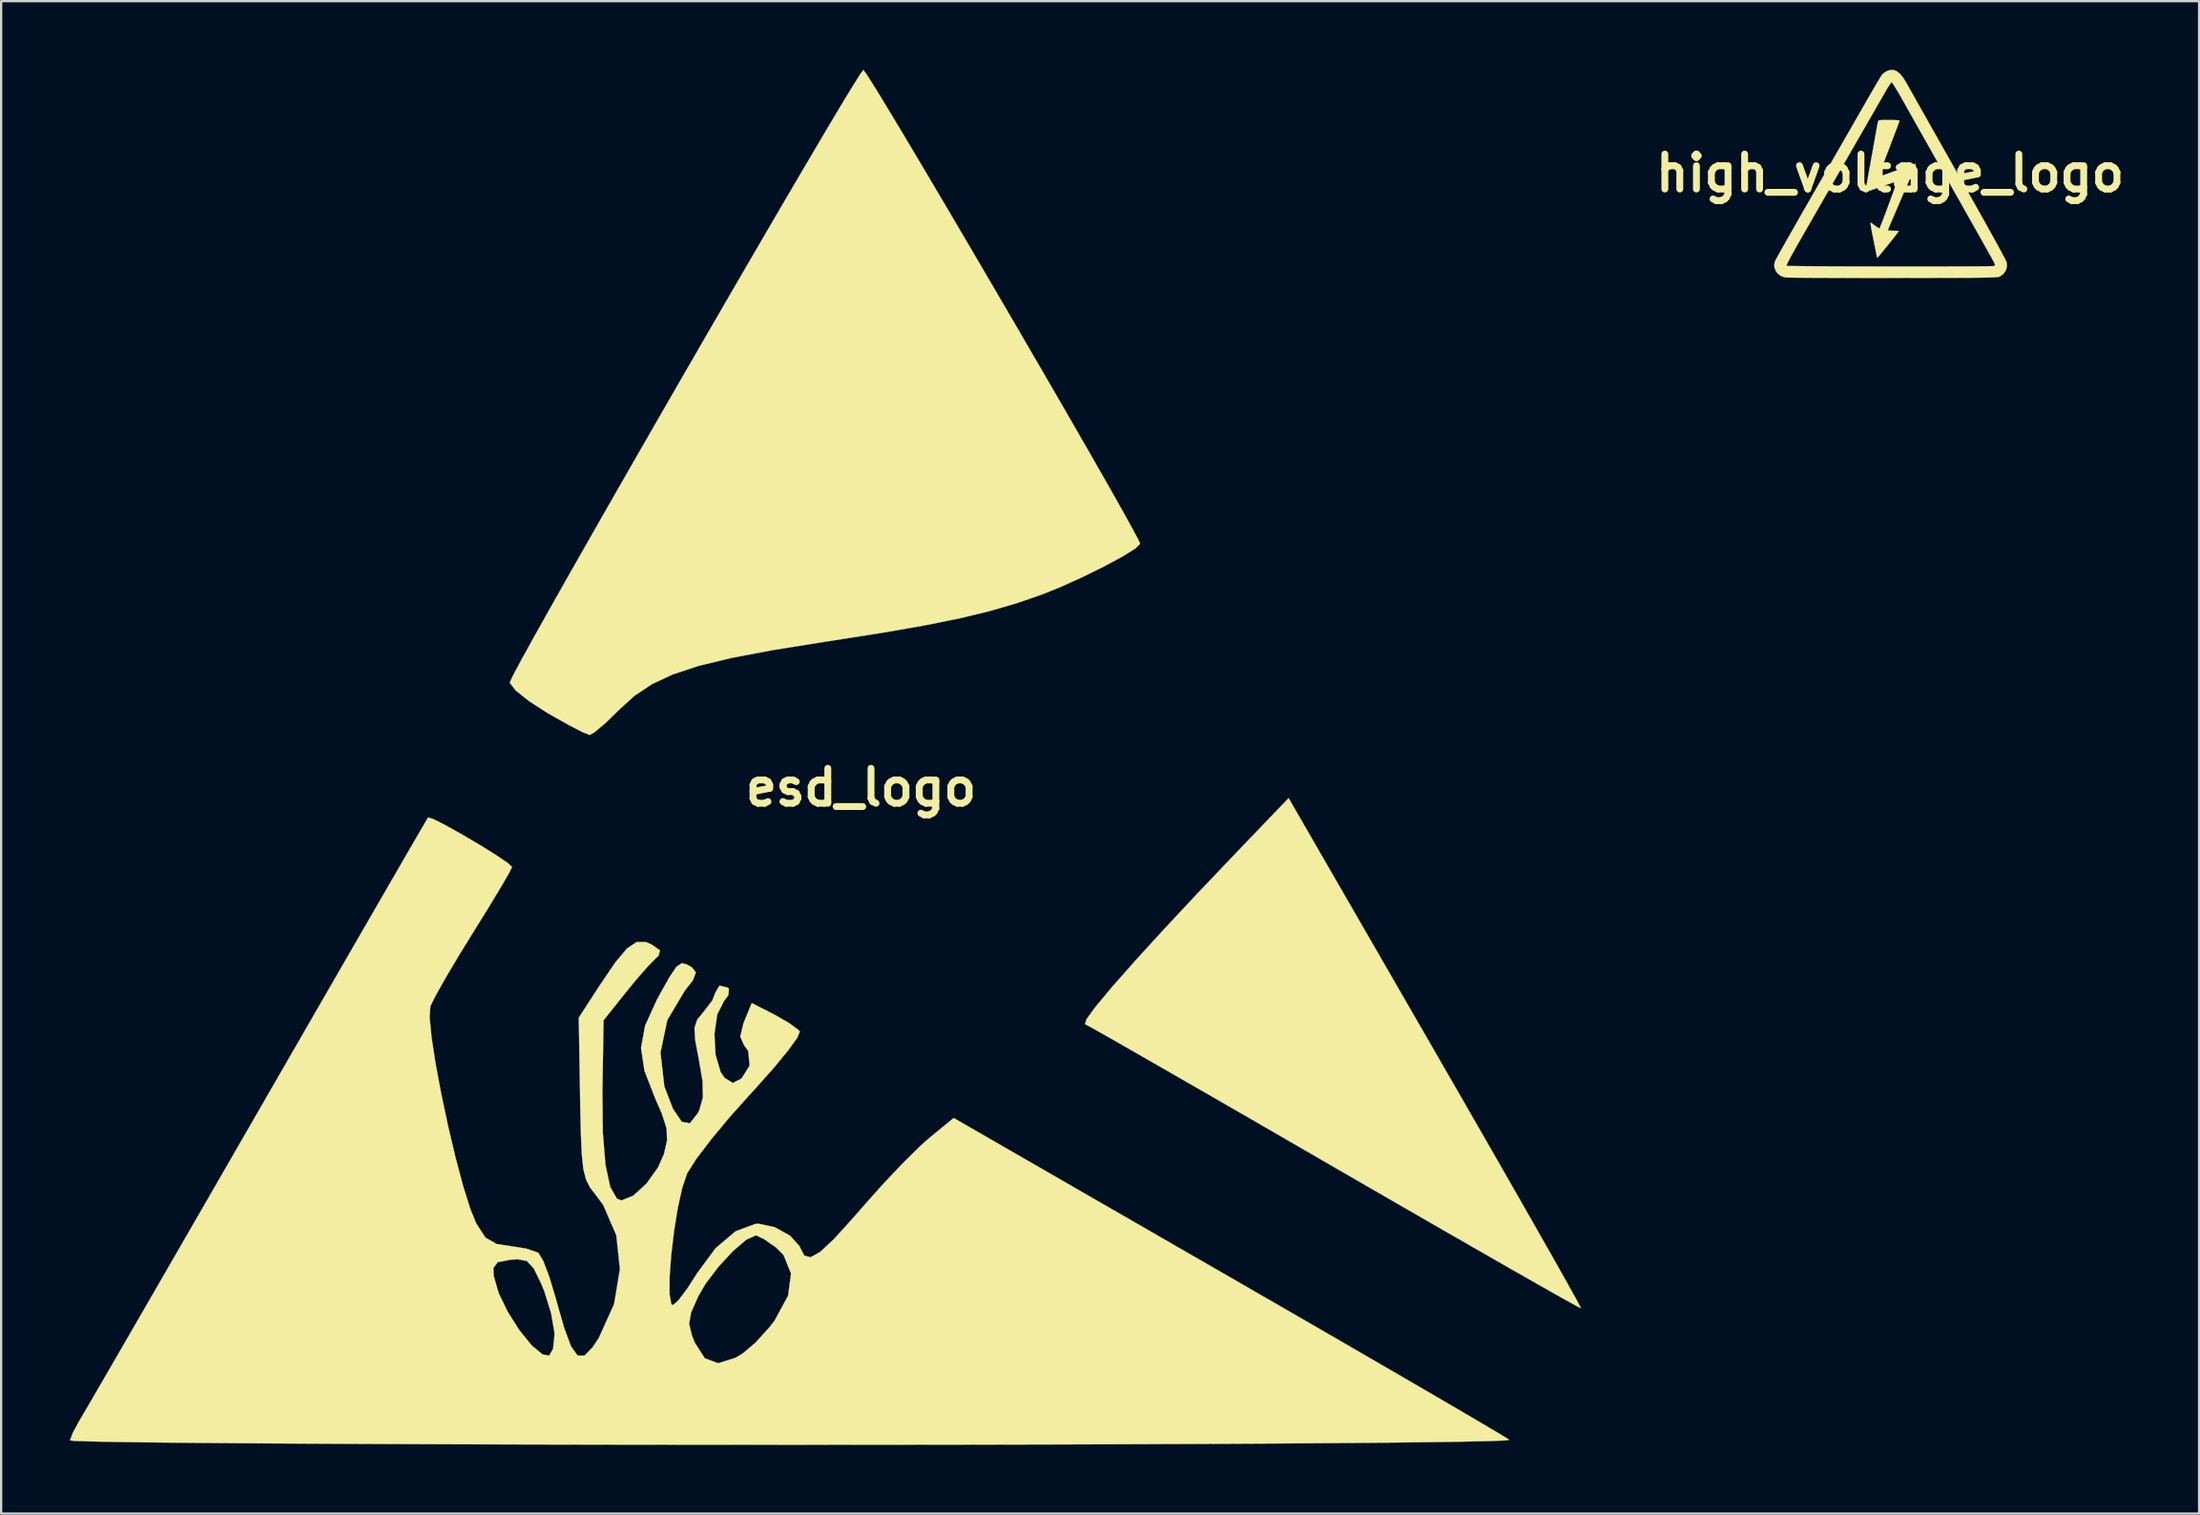
<source format=kicad_pcb>
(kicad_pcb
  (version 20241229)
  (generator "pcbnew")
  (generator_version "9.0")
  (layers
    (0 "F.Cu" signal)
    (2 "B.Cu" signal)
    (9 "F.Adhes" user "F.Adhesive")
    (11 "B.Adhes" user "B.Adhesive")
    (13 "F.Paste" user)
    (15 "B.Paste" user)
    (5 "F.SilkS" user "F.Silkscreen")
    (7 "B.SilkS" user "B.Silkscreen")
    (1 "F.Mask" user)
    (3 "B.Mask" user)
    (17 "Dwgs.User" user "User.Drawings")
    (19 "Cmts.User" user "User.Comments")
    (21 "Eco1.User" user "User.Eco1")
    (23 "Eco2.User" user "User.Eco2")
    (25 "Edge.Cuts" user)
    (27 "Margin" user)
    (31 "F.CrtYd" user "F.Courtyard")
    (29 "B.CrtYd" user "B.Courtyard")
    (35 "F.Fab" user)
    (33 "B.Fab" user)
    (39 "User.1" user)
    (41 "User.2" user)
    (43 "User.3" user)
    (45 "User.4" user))
  (footprint "esd_logo"
    (layer "F.Cu")
    (at 34.548 31.334)
    (property "Reference" "esd_logo" (at 0 0 0) (layer "F.SilkS") (effects (font (size 1.524 1.524) (thickness 0.3))))
    (attr through_hole)
    (fp_poly (pts (xy 25.082 11.579) (xy 26.33 13.745) (xy 27.495 15.773) (xy 28.554 17.622) (xy 29.483 19.25) (xy 30.259 20.615) (xy 30.857 21.677) (xy 31.254 22.393) (xy 31.427 22.721) (xy 31.432 22.738) (xy 31.206 22.624) (xy 30.584 22.279) (xy 29.608 21.727) (xy 28.32 20.993) (xy 26.763 20.101) (xy 24.979 19.076) (xy 23.011 17.941) (xy 20.901 16.722) (xy 20.701 16.606) (xy 18.572 15.374) (xy 16.575 14.22) (xy 14.752 13.169) (xy 13.147 12.247) (xy 11.805 11.477) (xy 10.768 10.885) (xy 10.08 10.496) (xy 9.784 10.336) (xy 9.779 10.334) (xy 9.844 10.118) (xy 10.245 9.569) (xy 10.956 8.716) (xy 11.956 7.584) (xy 13.219 6.2) (xy 14.722 4.593) (xy 16.383 2.848) (xy 18.669 0.466) (xy 25.082 11.579)) (stroke (width 0.01) (type solid)) (fill yes) (layer "F.SilkS"))
    (fp_poly (pts (xy 0.252 -31.124) (xy 0.627 -30.531) (xy 1.193 -29.602) (xy 1.921 -28.39) (xy 2.78 -26.947) (xy 3.739 -25.325) (xy 4.768 -23.576) (xy 5.836 -21.753) (xy 6.913 -19.909) (xy 7.968 -18.094) (xy 8.971 -16.363) (xy 9.89 -14.767) (xy 10.696 -13.358) (xy 11.358 -12.188) (xy 11.845 -11.311) (xy 12.127 -10.779) (xy 12.186 -10.64) (xy 11.976 -10.432) (xy 11.41 -10.081) (xy 10.6 -9.645) (xy 9.657 -9.18) (xy 8.693 -8.745) (xy 7.874 -8.416) (xy 6.754 -8.032) (xy 5.586 -7.693) (xy 4.281 -7.379) (xy 2.749 -7.071) (xy 0.899 -6.749) (xy -1.356 -6.395) (xy -1.607 -6.357) (xy -3.85 -5.998) (xy -5.656 -5.656) (xy -7.094 -5.308) (xy -8.235 -4.931) (xy -9.146 -4.502) (xy -9.899 -3.997) (xy -10.561 -3.395) (xy -10.561 -3.395) (xy -11.164 -2.809) (xy -11.639 -2.409) (xy -11.852 -2.291) (xy -12.16 -2.414) (xy -12.778 -2.734) (xy -13.583 -3.187) (xy -13.716 -3.265) (xy -14.506 -3.775) (xy -15.08 -4.236) (xy -15.332 -4.56) (xy -15.335 -4.593) (xy -15.205 -4.874) (xy -14.848 -5.544) (xy -14.29 -6.555) (xy -13.557 -7.862) (xy -12.677 -9.418) (xy -11.676 -11.176) (xy -10.582 -13.091) (xy -9.42 -15.115) (xy -8.219 -17.202) (xy -7.004 -19.306) (xy -5.802 -21.381) (xy -4.641 -23.379) (xy -3.547 -25.254) (xy -2.547 -26.96) (xy -1.668 -28.45) (xy -0.937 -29.679) (xy -0.38 -30.598) (xy -0.024 -31.163) (xy 0.101 -31.329) (xy 0.252 -31.124)) (stroke (width 0.01) (type solid)) (fill yes) (layer "F.SilkS"))
    (fp_poly (pts (xy -18.669 1.383) (xy -18.131 1.657) (xy -17.413 2.058) (xy -16.641 2.514) (xy -15.939 2.951) (xy -15.43 3.295) (xy -15.24 3.473) (xy -15.368 3.733) (xy -15.715 4.334) (xy -16.231 5.188) (xy -16.863 6.207) (xy -16.903 6.27) (xy -17.571 7.354) (xy -18.153 8.336) (xy -18.587 9.108) (xy -18.807 9.554) (xy -18.839 10.035) (xy -18.755 10.903) (xy -18.579 12.052) (xy -18.331 13.379) (xy -18.033 14.782) (xy -17.708 16.156) (xy -17.377 17.398) (xy -17.062 18.404) (xy -16.802 19.039) (xy -16.403 19.654) (xy -15.913 19.936) (xy -15.347 20.021) (xy -14.635 20.132) (xy -14.133 20.3) (xy -14.074 20.339) (xy -13.871 20.69) (xy -13.607 21.385) (xy -13.34 22.276) (xy -13.337 22.288) (xy -12.97 23.582) (xy -12.662 24.41) (xy -12.376 24.808) (xy -12.076 24.809) (xy -11.724 24.448) (xy -11.456 24.045) (xy -11.173 23.421) (xy -7.508 23.421) (xy -7.385 23.932) (xy -7.264 24.236) (xy -6.823 24.924) (xy -6.243 25.143) (xy -5.48 24.903) (xy -5.161 24.711) (xy -4.601 24.234) (xy -3.983 23.55) (xy -3.773 23.276) (xy -3.187 22.195) (xy -3.057 21.228) (xy -3.385 20.416) (xy -3.717 20.084) (xy -4.233 19.724) (xy -4.583 19.559) (xy -4.597 19.558) (xy -5.016 19.751) (xy -5.597 20.248) (xy -6.226 20.929) (xy -6.789 21.671) (xy -7.107 22.215) (xy -7.421 22.925) (xy -7.508 23.421) (xy -11.173 23.421) (xy -10.784 22.561) (xy -10.529 21.029) (xy -10.688 19.551) (xy -11.26 18.231) (xy -11.573 17.807) (xy -11.829 17.476) (xy -12.007 17.13) (xy -12.124 16.672) (xy -12.196 16.004) (xy -12.238 15.029) (xy -12.267 13.649) (xy -12.268 13.552) (xy -12.326 10.054) (xy -11.414 8.646) (xy -10.732 7.642) (xy -10.218 7.029) (xy -9.799 6.75) (xy -9.403 6.749) (xy -9.139 6.861) (xy -8.777 7.118) (xy -8.847 7.354) (xy -8.954 7.45) (xy -9.302 7.803) (xy -9.83 8.409) (xy -10.279 8.958) (xy -11.244 10.168) (xy -11.294 13.276) (xy -11.276 15.068) (xy -11.162 16.465) (xy -10.955 17.437) (xy -10.663 17.954) (xy -10.461 18.034) (xy -9.947 17.825) (xy -9.37 17.296) (xy -8.867 16.595) (xy -8.61 16.017) (xy -8.471 15.416) (xy -8.491 14.886) (xy -8.701 14.236) (xy -8.985 13.587) (xy -9.458 12.375) (xy -9.608 11.374) (xy -9.429 10.4) (xy -8.914 9.266) (xy -8.831 9.113) (xy -8.368 8.286) (xy -8.062 7.832) (xy -7.828 7.674) (xy -7.58 7.74) (xy -7.388 7.855) (xy -7.214 8.073) (xy -7.34 8.415) (xy -7.699 8.879) (xy -8.46 10.155) (xy -8.759 11.576) (xy -8.589 13.057) (xy -8.212 14.034) (xy -7.827 14.6) (xy -7.474 14.663) (xy -7.128 14.224) (xy -7.059 14.082) (xy -6.907 13.537) (xy -6.921 12.824) (xy -7.08 11.893) (xy -7.243 11.028) (xy -7.273 10.497) (xy -7.154 10.138) (xy -6.874 9.796) (xy -6.497 9.303) (xy -6.35 8.937) (xy -6.184 8.656) (xy -5.835 8.735) (xy -5.769 8.793) (xy -5.794 9.071) (xy -5.981 9.319) (xy -6.28 9.909) (xy -6.403 10.764) (xy -6.353 11.675) (xy -6.131 12.43) (xy -5.961 12.678) (xy -5.602 12.905) (xy -5.22 12.711) (xy -4.865 12.144) (xy -4.926 11.513) (xy -5.117 11.241) (xy -5.274 10.879) (xy -5.134 10.295) (xy -5.089 10.183) (xy -4.772 9.415) (xy -3.8 9.911) (xy -3.163 10.273) (xy -2.739 10.583) (xy -2.675 10.655) (xy -2.781 10.922) (xy -3.181 11.479) (xy -3.814 12.248) (xy -4.621 13.155) (xy -4.811 13.36) (xy -5.724 14.379) (xy -6.548 15.37) (xy -7.197 16.224) (xy -7.583 16.832) (xy -7.597 16.862) (xy -7.808 17.482) (xy -8.002 18.362) (xy -8.168 19.385) (xy -8.291 20.433) (xy -8.361 21.389) (xy -8.363 22.135) (xy -8.286 22.555) (xy -8.22 22.606) (xy -7.982 22.404) (xy -7.585 21.878) (xy -7.156 21.208) (xy -6.351 20.117) (xy -5.478 19.379) (xy -4.619 19.058) (xy -4.47 19.05) (xy -3.766 19.202) (xy -3.097 19.575) (xy -2.681 20.038) (xy -2.655 20.105) (xy -2.475 20.445) (xy -2.2 20.514) (xy -1.782 20.278) (xy -1.172 19.707) (xy -0.322 18.77) (xy 0.008 18.389) (xy 0.89 17.396) (xy 1.78 16.451) (xy 2.555 15.683) (xy 2.964 15.318) (xy 4.045 14.433) (xy 16.056 21.354) (xy 18.319 22.659) (xy 20.452 23.892) (xy 22.413 25.028) (xy 24.162 26.044) (xy 25.658 26.916) (xy 26.859 27.619) (xy 27.724 28.131) (xy 28.214 28.426) (xy 28.308 28.489) (xy 28.09 28.515) (xy 27.394 28.541) (xy 26.25 28.566) (xy 24.689 28.589) (xy 22.741 28.611) (xy 20.436 28.63) (xy 17.804 28.648) (xy 14.875 28.664) (xy 11.68 28.677) (xy 8.249 28.688) (xy 4.612 28.696) (xy 0.799 28.7) (xy -2.997 28.702) (xy -6.956 28.7) (xy -10.77 28.696) (xy -14.411 28.689) (xy -17.848 28.679) (xy -21.049 28.667) (xy -23.986 28.653) (xy -26.626 28.637) (xy -28.939 28.62) (xy -30.896 28.6) (xy -32.465 28.579) (xy -33.616 28.557) (xy -34.319 28.534) (xy -34.543 28.512) (xy -34.421 28.185) (xy -34.125 27.638) (xy -34.077 27.559) (xy -33.867 27.202) (xy -33.428 26.448) (xy -32.784 25.337) (xy -31.958 23.911) (xy -30.977 22.213) (xy -30.265 20.982) (xy -16.056 20.982) (xy -16.039 21.336) (xy -15.826 22.074) (xy -15.425 22.901) (xy -14.918 23.701) (xy -14.385 24.359) (xy -13.907 24.757) (xy -13.621 24.811) (xy -13.449 24.517) (xy -13.387 23.92) (xy -13.392 23.772) (xy -13.536 22.95) (xy -13.828 22.005) (xy -13.957 21.687) (xy -14.292 21.001) (xy -14.592 20.677) (xy -14.999 20.601) (xy -15.297 20.621) (xy -15.863 20.728) (xy -16.056 20.982) (xy -30.265 20.982) (xy -29.863 20.285) (xy -28.641 18.168) (xy -27.336 15.905) (xy -26.294 14.097) (xy -24.955 11.775) (xy -23.693 9.587) (xy -22.531 7.572) (xy -21.49 5.77) (xy -20.594 4.219) (xy -19.865 2.959) (xy -19.325 2.029) (xy -18.999 1.468) (xy -18.905 1.311) (xy -18.669 1.383)) (stroke (width 0.01) (type solid)) (fill yes) (layer "F.SilkS")))
  (footprint "high_voltage_logo"
    (layer "F.Cu")
    (at 79.479 4.513)
    (property "Reference" "high_voltage_logo" (at 0 0 0) (layer "F.SilkS") (effects (font (size 1.524 1.524) (thickness 0.3))))
    (attr through_hole)
    (fp_poly (pts (xy 0.117 -2.322) (xy 0.255 -2.317) (xy 0.355 -2.309) (xy 0.408 -2.299) (xy 0.414 -2.295) (xy 0.403 -2.259) (xy 0.371 -2.171) (xy 0.322 -2.038) (xy 0.258 -1.866) (xy 0.181 -1.663) (xy 0.094 -1.434) (xy 0.013 -1.221) (xy -0.115 -0.888) (xy -0.221 -0.611) (xy -0.307 -0.384) (xy -0.374 -0.204) (xy -0.426 -0.065) (xy -0.462 0.036) (xy -0.484 0.104) (xy -0.495 0.144) (xy -0.496 0.159) (xy -0.495 0.159) (xy -0.463 0.149) (xy -0.38 0.119) (xy -0.252 0.074) (xy -0.089 0.015) (xy 0.102 -0.055) (xy 0.305 -0.128) (xy 0.516 -0.205) (xy 0.708 -0.273) (xy 0.872 -0.33) (xy 1.001 -0.373) (xy 1.085 -0.399) (xy 1.117 -0.407) (xy 1.115 -0.376) (xy 1.091 -0.299) (xy 1.05 -0.189) (xy 1.004 -0.08) (xy 0.959 0.024) (xy 0.893 0.177) (xy 0.81 0.37) (xy 0.712 0.595) (xy 0.605 0.842) (xy 0.493 1.102) (xy 0.385 1.351) (xy 0.278 1.6) (xy 0.179 1.832) (xy 0.09 2.038) (xy 0.016 2.214) (xy -0.041 2.351) (xy -0.079 2.445) (xy -0.095 2.487) (xy -0.095 2.489) (xy -0.066 2.501) (xy 0.011 2.51) (xy 0.121 2.514) (xy 0.143 2.515) (xy 0.257 2.516) (xy 0.342 2.521) (xy 0.381 2.527) (xy 0.382 2.528) (xy 0.363 2.557) (xy 0.31 2.627) (xy 0.231 2.729) (xy 0.133 2.854) (xy 0.021 2.994) (xy -0.096 3.14) (xy -0.213 3.285) (xy -0.321 3.418) (xy -0.415 3.532) (xy -0.487 3.618) (xy -0.531 3.667) (xy -0.54 3.675) (xy -0.57 3.677) (xy -0.573 3.668) (xy -0.579 3.63) (xy -0.596 3.538) (xy -0.623 3.403) (xy -0.657 3.231) (xy -0.698 3.033) (xy -0.727 2.887) (xy -0.77 2.676) (xy -0.804 2.491) (xy -0.83 2.339) (xy -0.846 2.228) (xy -0.851 2.166) (xy -0.847 2.155) (xy -0.804 2.184) (xy -0.728 2.239) (xy -0.644 2.302) (xy -0.556 2.364) (xy -0.489 2.402) (xy -0.458 2.411) (xy -0.442 2.376) (xy -0.408 2.291) (xy -0.358 2.164) (xy -0.296 2.003) (xy -0.225 1.816) (xy -0.148 1.612) (xy -0.069 1.399) (xy 0.01 1.185) (xy 0.086 0.979) (xy 0.155 0.79) (xy 0.215 0.625) (xy 0.262 0.492) (xy 0.293 0.401) (xy 0.305 0.359) (xy 0.305 0.358) (xy 0.272 0.364) (xy 0.189 0.389) (xy 0.063 0.43) (xy -0.098 0.485) (xy -0.283 0.549) (xy -0.386 0.585) (xy -0.581 0.654) (xy -0.755 0.714) (xy -0.899 0.762) (xy -1.004 0.797) (xy -1.063 0.815) (xy -1.072 0.816) (xy -1.069 0.784) (xy -1.056 0.697) (xy -1.033 0.562) (xy -1.003 0.388) (xy -0.967 0.181) (xy -0.926 -0.05) (xy -0.906 -0.161) (xy -0.856 -0.435) (xy -0.805 -0.719) (xy -0.755 -0.998) (xy -0.708 -1.258) (xy -0.668 -1.485) (xy -0.636 -1.664) (xy -0.635 -1.671) (xy -0.602 -1.852) (xy -0.573 -2.015) (xy -0.548 -2.146) (xy -0.53 -2.235) (xy -0.522 -2.268) (xy -0.509 -2.29) (xy -0.48 -2.305) (xy -0.425 -2.315) (xy -0.334 -2.321) (xy -0.197 -2.323) (xy -0.046 -2.324) (xy 0.117 -2.322)) (stroke (width 0.01) (type solid)) (fill yes) (layer "F.SilkS"))
    (fp_poly (pts (xy 0.156 -4.507) (xy 0.296 -4.452) (xy 0.434 -4.339) (xy 0.573 -4.168) (xy 0.71 -3.947) (xy 0.759 -3.861) (xy 0.835 -3.726) (xy 0.935 -3.549) (xy 1.055 -3.335) (xy 1.193 -3.091) (xy 1.343 -2.824) (xy 1.504 -2.54) (xy 1.67 -2.246) (xy 1.742 -2.117) (xy 1.907 -1.824) (xy 2.099 -1.485) (xy 2.311 -1.109) (xy 2.539 -0.705) (xy 2.777 -0.283) (xy 3.021 0.149) (xy 3.265 0.581) (xy 3.504 1.005) (xy 3.733 1.41) (xy 3.833 1.588) (xy 4.03 1.937) (xy 4.217 2.271) (xy 4.392 2.587) (xy 4.554 2.879) (xy 4.699 3.143) (xy 4.825 3.375) (xy 4.929 3.57) (xy 5.01 3.724) (xy 5.065 3.832) (xy 5.091 3.891) (xy 5.092 3.896) (xy 5.103 4.079) (xy 5.055 4.247) (xy 4.954 4.391) (xy 4.803 4.502) (xy 4.774 4.516) (xy 4.755 4.523) (xy 4.726 4.529) (xy 4.686 4.535) (xy 4.631 4.541) (xy 4.557 4.545) (xy 4.463 4.549) (xy 4.344 4.553) (xy 4.198 4.556) (xy 4.021 4.559) (xy 3.81 4.562) (xy 3.563 4.564) (xy 3.276 4.565) (xy 2.946 4.567) (xy 2.57 4.568) (xy 2.145 4.569) (xy 1.667 4.57) (xy 1.134 4.571) (xy 0.543 4.572) (xy 0.111 4.572) (xy -0.424 4.573) (xy -0.944 4.573) (xy -1.444 4.572) (xy -1.92 4.572) (xy -2.369 4.571) (xy -2.788 4.569) (xy -3.171 4.568) (xy -3.517 4.566) (xy -3.821 4.563) (xy -4.079 4.561) (xy -4.287 4.558) (xy -4.443 4.556) (xy -4.541 4.552) (xy -4.578 4.55) (xy -4.766 4.486) (xy -4.91 4.378) (xy -4.995 4.254) (xy -5.048 4.11) (xy -5.053 4.023) (xy -4.517 4.023) (xy -4.516 4.045) (xy -4.515 4.046) (xy -4.479 4.049) (xy -4.384 4.052) (xy -4.233 4.055) (xy -4.033 4.057) (xy -3.786 4.06) (xy -3.497 4.062) (xy -3.172 4.064) (xy -2.813 4.066) (xy -2.426 4.068) (xy -2.015 4.069) (xy -1.584 4.07) (xy -1.137 4.071) (xy -0.68 4.072) (xy -0.217 4.073) (xy 0.249 4.073) (xy 0.713 4.074) (xy 1.17 4.074) (xy 1.616 4.073) (xy 2.046 4.073) (xy 2.457 4.072) (xy 2.843 4.071) (xy 3.201 4.07) (xy 3.525 4.069) (xy 3.813 4.067) (xy 4.058 4.065) (xy 4.257 4.063) (xy 4.406 4.06) (xy 4.499 4.058) (xy 4.533 4.055) (xy 4.577 4.018) (xy 4.583 3.996) (xy 4.583 3.989) (xy 4.581 3.979) (xy 4.575 3.964) (xy 4.564 3.941) (xy 4.547 3.906) (xy 4.522 3.857) (xy 4.486 3.792) (xy 4.44 3.707) (xy 4.38 3.599) (xy 4.306 3.467) (xy 4.216 3.306) (xy 4.108 3.114) (xy 3.981 2.888) (xy 3.834 2.626) (xy 3.664 2.324) (xy 3.47 1.98) (xy 3.25 1.591) (xy 3.003 1.154) (xy 2.728 0.667) (xy 2.531 0.318) (xy 2.31 -0.073) (xy 2.088 -0.467) (xy 1.867 -0.857) (xy 1.652 -1.239) (xy 1.446 -1.604) (xy 1.252 -1.948) (xy 1.074 -2.264) (xy 0.915 -2.547) (xy 0.779 -2.789) (xy 0.669 -2.985) (xy 0.625 -3.064) (xy 0.482 -3.315) (xy 0.356 -3.532) (xy 0.25 -3.71) (xy 0.166 -3.845) (xy 0.106 -3.933) (xy 0.073 -3.97) (xy 0.069 -3.971) (xy 0.038 -3.941) (xy -0.017 -3.867) (xy -0.087 -3.76) (xy -0.165 -3.63) (xy -0.166 -3.629) (xy -0.265 -3.456) (xy -0.392 -3.236) (xy -0.542 -2.974) (xy -0.712 -2.678) (xy -0.897 -2.356) (xy -1.094 -2.014) (xy -1.298 -1.659) (xy -1.505 -1.299) (xy -1.711 -0.941) (xy -1.912 -0.591) (xy -2.104 -0.257) (xy -2.26 0.016) (xy -2.418 0.291) (xy -2.6 0.609) (xy -2.8 0.957) (xy -3.01 1.323) (xy -3.224 1.695) (xy -3.433 2.059) (xy -3.631 2.405) (xy -3.738 2.59) (xy -3.929 2.924) (xy -4.09 3.207) (xy -4.222 3.442) (xy -4.327 3.633) (xy -4.407 3.783) (xy -4.465 3.896) (xy -4.501 3.974) (xy -4.517 4.023) (xy -5.053 4.023) (xy -5.056 3.98) (xy -5.023 3.848) (xy -5.001 3.801) (xy -4.948 3.702) (xy -4.865 3.551) (xy -4.752 3.348) (xy -4.607 3.091) (xy -4.432 2.782) (xy -4.225 2.419) (xy -3.988 2.003) (xy -3.719 1.533) (xy -3.419 1.009) (xy -3.087 0.431) (xy -2.723 -0.201) (xy -2.328 -0.889) (xy -2.308 -0.923) (xy -2.216 -1.084) (xy -2.097 -1.291) (xy -1.957 -1.534) (xy -1.802 -1.805) (xy -1.636 -2.094) (xy -1.465 -2.392) (xy -1.294 -2.689) (xy -1.194 -2.865) (xy -1.039 -3.133) (xy -0.893 -3.388) (xy -0.757 -3.622) (xy -0.635 -3.831) (xy -0.531 -4.007) (xy -0.449 -4.146) (xy -0.391 -4.241) (xy -0.362 -4.286) (xy -0.287 -4.361) (xy -0.185 -4.433) (xy -0.143 -4.456) (xy 0.011 -4.508) (xy 0.156 -4.507)) (stroke (width 0.01) (type solid)) (fill yes) (layer "F.SilkS")))
  (gr_rect
    (start -3 -3)
    (end 92.973 63.041)
    (stroke (width 0.1) (type default))
    (fill no)
    (layer "Edge.Cuts")))
</source>
